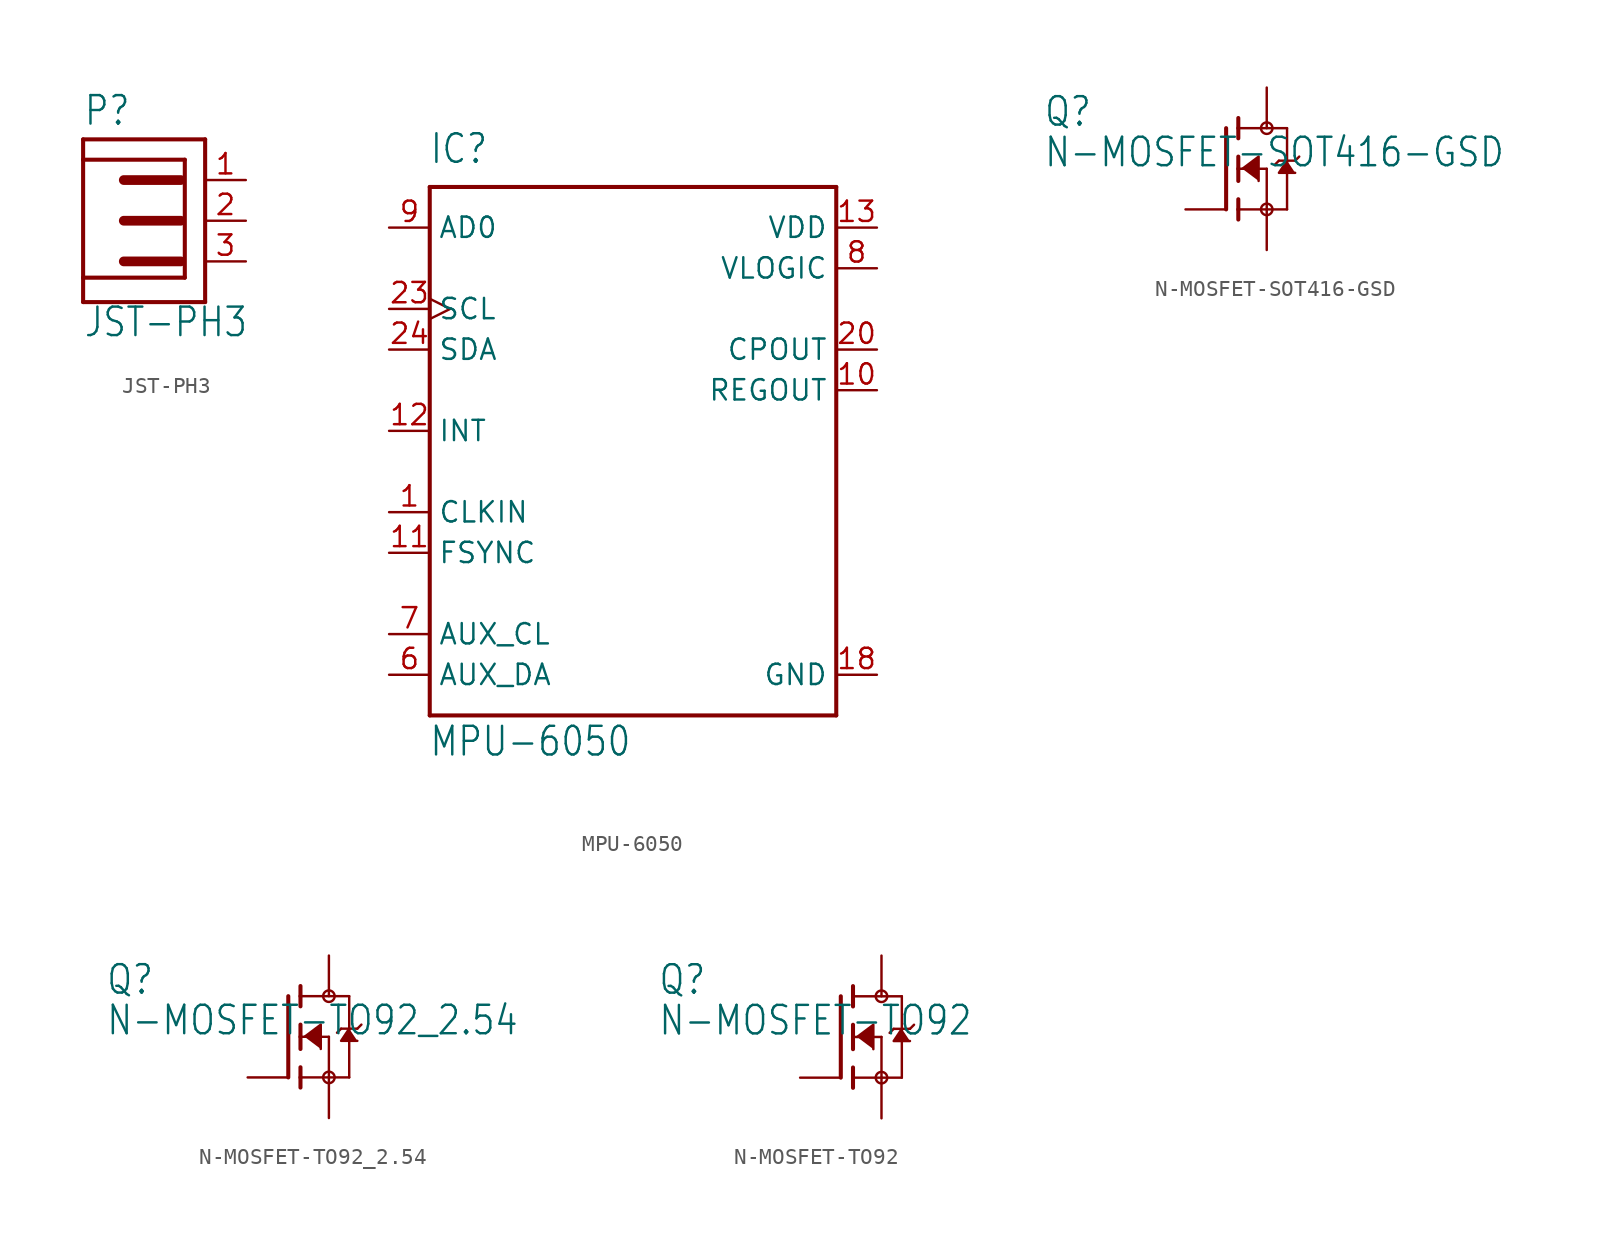
<source format=kicad_sym>
(kicad_symbol_lib
  (version 20211014)
  (generator kicad_symbol_editor)
  (symbol "JST-PH3"
    (property "Reference" "P"
      (at -2.54 5.842 0)
      (effects (font (size 1.778 1.511)) (justify left bottom)))
    (property "Value" "JST-PH3"
      (at -2.54 -7.366 0)
      (effects (font (size 1.778 1.511)) (justify left bottom)))
    (property "ki_locked" ""
      (at 0 0 0)
      (effects (font (size 1.27 1.27))))
    (symbol "JST-PH3_1_0"
      (polyline (pts (xy -2.54 -5.08) (xy 5.08 -5.08)) (stroke (width 0.254) (type default) (color 0 0 0 0)) (fill (type none)))
      (polyline (pts (xy -2.54 -3.556) (xy -2.54 -5.08)) (stroke (width 0.254) (type default) (color 0 0 0 0)) (fill (type none)))
      (polyline (pts (xy -2.54 3.81) (xy -2.54 -3.556)) (stroke (width 0.254) (type default) (color 0 0 0 0)) (fill (type none)))
      (polyline (pts (xy -2.54 3.81) (xy 3.81 3.81)) (stroke (width 0.254) (type default) (color 0 0 0 0)) (fill (type none)))
      (polyline (pts (xy -2.54 5.08) (xy -2.54 3.81)) (stroke (width 0.254) (type default) (color 0 0 0 0)) (fill (type none)))
      (polyline (pts (xy 0 -2.54) (xy 3.556 -2.54)) (stroke (width 0.61) (type default) (color 0 0 0 0)) (fill (type none)))
      (polyline (pts (xy 0 0) (xy 3.556 0)) (stroke (width 0.61) (type default) (color 0 0 0 0)) (fill (type none)))
      (polyline (pts (xy 0 2.54) (xy 3.556 2.54)) (stroke (width 0.61) (type default) (color 0 0 0 0)) (fill (type none)))
      (polyline (pts (xy 3.81 -3.556) (xy -2.54 -3.556)) (stroke (width 0.254) (type default) (color 0 0 0 0)) (fill (type none)))
      (polyline (pts (xy 3.81 3.81) (xy 3.81 -3.556)) (stroke (width 0.254) (type default) (color 0 0 0 0)) (fill (type none)))
      (polyline (pts (xy 5.08 -5.08) (xy 5.08 5.08)) (stroke (width 0.254) (type default) (color 0 0 0 0)) (fill (type none)))
      (polyline (pts (xy 5.08 5.08) (xy -2.54 5.08)) (stroke (width 0.254) (type default) (color 0 0 0 0)) (fill (type none)))
      (pin passive line (at 7.62 2.54 180) (length 2.54) (name "1" (effects (font (size 0 0)))) (number "1" (effects (font (size 1.27 1.27)))))
      (pin passive line (at 7.62 0 180) (length 2.54) (name "2" (effects (font (size 0 0)))) (number "2" (effects (font (size 1.27 1.27)))))
      (pin passive line (at 7.62 -2.54 180) (length 2.54) (name "3" (effects (font (size 0 0)))) (number "3" (effects (font (size 1.27 1.27)))))))
  (symbol "MPU-6050"
    (property "Reference" "IC"
      (at -12.746 19.126 0)
      (effects (font (size 1.784 1.517)) (justify left bottom)))
    (property "Value" "MPU-6050"
      (at -12.768 -17.905 0)
      (effects (font (size 1.788 1.519)) (justify left bottom)))
    (property "ki_locked" ""
      (at 0 0 0)
      (effects (font (size 1.27 1.27))))
    (symbol "MPU-6050_1_0"
      (polyline (pts (xy -12.7 -15.24) (xy 12.7 -15.24)) (stroke (width 0.254) (type default) (color 0 0 0 0)) (fill (type none)))
      (polyline (pts (xy -12.7 17.78) (xy -12.7 -15.24)) (stroke (width 0.254) (type default) (color 0 0 0 0)) (fill (type none)))
      (polyline (pts (xy 12.7 -15.24) (xy 12.7 17.78)) (stroke (width 0.254) (type default) (color 0 0 0 0)) (fill (type none)))
      (polyline (pts (xy 12.7 17.78) (xy -12.7 17.78)) (stroke (width 0.254) (type default) (color 0 0 0 0)) (fill (type none)))
      (pin input line (at -15.24 -2.54 0) (length 2.54) (name "CLKIN" (effects (font (size 1.27 1.27)))) (number "1" (effects (font (size 1.27 1.27)))))
      (pin passive line (at 15.24 5.08 180) (length 2.54) (name "REGOUT" (effects (font (size 1.27 1.27)))) (number "10" (effects (font (size 1.27 1.27)))))
      (pin input line (at -15.24 -5.08 0) (length 2.54) (name "FSYNC" (effects (font (size 1.27 1.27)))) (number "11" (effects (font (size 1.27 1.27)))))
      (pin output line (at -15.24 2.54 0) (length 2.54) (name "INT" (effects (font (size 1.27 1.27)))) (number "12" (effects (font (size 1.27 1.27)))))
      (pin power_in line (at 15.24 15.24 180) (length 2.54) (name "VDD" (effects (font (size 1.27 1.27)))) (number "13" (effects (font (size 1.27 1.27)))))
      (pin power_in line (at 15.24 -12.7 180) (length 2.54) (name "GND" (effects (font (size 1.27 1.27)))) (number "18" (effects (font (size 1.27 1.27)))))
      (pin passive line (at 15.24 7.62 180) (length 2.54) (name "CPOUT" (effects (font (size 1.27 1.27)))) (number "20" (effects (font (size 1.27 1.27)))))
      (pin input clock (at -15.24 10.16 0) (length 2.54) (name "SCL" (effects (font (size 1.27 1.27)))) (number "23" (effects (font (size 1.27 1.27)))))
      (pin bidirectional line (at -15.24 7.62 0) (length 2.54) (name "SDA" (effects (font (size 1.27 1.27)))) (number "24" (effects (font (size 1.27 1.27)))))
      (pin bidirectional line (at -15.24 -12.7 0) (length 2.54) (name "AUX_DA" (effects (font (size 1.27 1.27)))) (number "6" (effects (font (size 1.27 1.27)))))
      (pin output line (at -15.24 -10.16 0) (length 2.54) (name "AUX_CL" (effects (font (size 1.27 1.27)))) (number "7" (effects (font (size 1.27 1.27)))))
      (pin power_in line (at 15.24 12.7 180) (length 2.54) (name "VLOGIC" (effects (font (size 1.27 1.27)))) (number "8" (effects (font (size 1.27 1.27)))))
      (pin input line (at -15.24 15.24 0) (length 2.54) (name "AD0" (effects (font (size 1.27 1.27)))) (number "9" (effects (font (size 1.27 1.27)))))))
  (symbol "N-MOSFET-SOT416-GSD"
    (property "Reference" "Q"
      (at -11.43 2.54 0)
      (effects (font (size 1.778 1.511)) (justify left bottom)))
    (property "Value" "N-MOSFET-SOT416-GSD"
      (at -11.43 0 0)
      (effects (font (size 1.778 1.511)) (justify left bottom)))
    (property "ki_locked" ""
      (at 0 0 0)
      (effects (font (size 1.27 1.27))))
    (symbol "N-MOSFET-SOT416-GSD_1_0"
      (polyline (pts (xy 0 2.54) (xy 0 -2.54)) (stroke (width 0.254) (type default) (color 0 0 0 0)) (fill (type none)))
      (polyline (pts (xy 0.762 -2.54) (xy 0.762 -3.175)) (stroke (width 0.254) (type default) (color 0 0 0 0)) (fill (type none)))
      (polyline (pts (xy 0.762 -1.905) (xy 0.762 -2.54)) (stroke (width 0.254) (type default) (color 0 0 0 0)) (fill (type none)))
      (polyline (pts (xy 0.762 0) (xy 0.762 -0.762)) (stroke (width 0.254) (type default) (color 0 0 0 0)) (fill (type none)))
      (polyline (pts (xy 0.762 0) (xy 2.54 0)) (stroke (width 0.152) (type default) (color 0 0 0 0)) (fill (type none)))
      (polyline (pts (xy 0.762 0.762) (xy 0.762 0)) (stroke (width 0.254) (type default) (color 0 0 0 0)) (fill (type none)))
      (polyline (pts (xy 0.762 2.54) (xy 0.762 1.905)) (stroke (width 0.254) (type default) (color 0 0 0 0)) (fill (type none)))
      (polyline (pts (xy 0.762 2.54) (xy 3.81 2.54)) (stroke (width 0.152) (type default) (color 0 0 0 0)) (fill (type none)))
      (polyline (pts (xy 0.762 3.175) (xy 0.762 2.54)) (stroke (width 0.254) (type default) (color 0 0 0 0)) (fill (type none)))
      (polyline (pts (xy 2.54 -2.54) (xy 0.762 -2.54)) (stroke (width 0.152) (type default) (color 0 0 0 0)) (fill (type none)))
      (polyline (pts (xy 2.54 -2.54) (xy 3.81 -2.54)) (stroke (width 0.152) (type default) (color 0 0 0 0)) (fill (type none)))
      (polyline (pts (xy 2.54 0) (xy 2.54 -2.54)) (stroke (width 0.152) (type default) (color 0 0 0 0)) (fill (type none)))
      (polyline (pts (xy 3.302 0.508) (xy 3.048 0.254)) (stroke (width 0.152) (type default) (color 0 0 0 0)) (fill (type none)))
      (polyline (pts (xy 3.81 0.508) (xy 3.302 0.508)) (stroke (width 0.152) (type default) (color 0 0 0 0)) (fill (type none)))
      (polyline (pts (xy 3.81 0.508) (xy 3.81 -2.54)) (stroke (width 0.152) (type default) (color 0 0 0 0)) (fill (type none)))
      (polyline (pts (xy 3.81 2.54) (xy 3.81 0.508)) (stroke (width 0.152) (type default) (color 0 0 0 0)) (fill (type none)))
      (polyline (pts (xy 4.318 0.508) (xy 3.81 0.508)) (stroke (width 0.152) (type default) (color 0 0 0 0)) (fill (type none)))
      (polyline (pts (xy 4.572 0.762) (xy 4.318 0.508)) (stroke (width 0.152) (type default) (color 0 0 0 0)) (fill (type none)))
      (polyline (pts (xy 1.016 0) (xy 2.032 0.762) (xy 2.032 -0.762)) (stroke (width 0) (type default) (color 0 0 0 0)) (fill (type outline)))
      (polyline (pts (xy 3.81 0.508) (xy 3.302 -0.254) (xy 4.318 -0.254)) (stroke (width 0) (type default) (color 0 0 0 0)) (fill (type outline)))
      (circle (center 2.54 -2.54) (radius 0.359) (stroke (width 0) (type default) (color 0 0 0 0)) (fill (type none)))
      (circle (center 2.54 2.54) (radius 0.359) (stroke (width 0) (type default) (color 0 0 0 0)) (fill (type none)))
      (pin passive line (at -2.54 -2.54 0) (length 2.54) (name "G" (effects (font (size 0 0)))) (number "1" (effects (font (size 0 0)))))
      (pin passive line (at 2.54 -5.08 90) (length 2.54) (name "S" (effects (font (size 0 0)))) (number "2" (effects (font (size 0 0)))))
      (pin passive line (at 2.54 5.08 270) (length 2.54) (name "D" (effects (font (size 0 0)))) (number "3" (effects (font (size 0 0)))))))
  (symbol "N-MOSFET-TO92_2.54"
    (property "Reference" "Q"
      (at -11.43 2.54 0)
      (effects (font (size 1.778 1.511)) (justify left bottom)))
    (property "Value" "N-MOSFET-TO92_2.54"
      (at -11.43 0 0)
      (effects (font (size 1.778 1.511)) (justify left bottom)))
    (property "ki_locked" ""
      (at 0 0 0)
      (effects (font (size 1.27 1.27))))
    (symbol "N-MOSFET-TO92_2.54_1_0"
      (polyline (pts (xy 0 2.54) (xy 0 -2.54)) (stroke (width 0.254) (type default) (color 0 0 0 0)) (fill (type none)))
      (polyline (pts (xy 0.762 -2.54) (xy 0.762 -3.175)) (stroke (width 0.254) (type default) (color 0 0 0 0)) (fill (type none)))
      (polyline (pts (xy 0.762 -1.905) (xy 0.762 -2.54)) (stroke (width 0.254) (type default) (color 0 0 0 0)) (fill (type none)))
      (polyline (pts (xy 0.762 0) (xy 0.762 -0.762)) (stroke (width 0.254) (type default) (color 0 0 0 0)) (fill (type none)))
      (polyline (pts (xy 0.762 0) (xy 2.54 0)) (stroke (width 0.152) (type default) (color 0 0 0 0)) (fill (type none)))
      (polyline (pts (xy 0.762 0.762) (xy 0.762 0)) (stroke (width 0.254) (type default) (color 0 0 0 0)) (fill (type none)))
      (polyline (pts (xy 0.762 2.54) (xy 0.762 1.905)) (stroke (width 0.254) (type default) (color 0 0 0 0)) (fill (type none)))
      (polyline (pts (xy 0.762 2.54) (xy 3.81 2.54)) (stroke (width 0.152) (type default) (color 0 0 0 0)) (fill (type none)))
      (polyline (pts (xy 0.762 3.175) (xy 0.762 2.54)) (stroke (width 0.254) (type default) (color 0 0 0 0)) (fill (type none)))
      (polyline (pts (xy 2.54 -2.54) (xy 0.762 -2.54)) (stroke (width 0.152) (type default) (color 0 0 0 0)) (fill (type none)))
      (polyline (pts (xy 2.54 -2.54) (xy 3.81 -2.54)) (stroke (width 0.152) (type default) (color 0 0 0 0)) (fill (type none)))
      (polyline (pts (xy 2.54 0) (xy 2.54 -2.54)) (stroke (width 0.152) (type default) (color 0 0 0 0)) (fill (type none)))
      (polyline (pts (xy 3.302 0.508) (xy 3.048 0.254)) (stroke (width 0.152) (type default) (color 0 0 0 0)) (fill (type none)))
      (polyline (pts (xy 3.81 0.508) (xy 3.302 0.508)) (stroke (width 0.152) (type default) (color 0 0 0 0)) (fill (type none)))
      (polyline (pts (xy 3.81 0.508) (xy 3.81 -2.54)) (stroke (width 0.152) (type default) (color 0 0 0 0)) (fill (type none)))
      (polyline (pts (xy 3.81 2.54) (xy 3.81 0.508)) (stroke (width 0.152) (type default) (color 0 0 0 0)) (fill (type none)))
      (polyline (pts (xy 4.318 0.508) (xy 3.81 0.508)) (stroke (width 0.152) (type default) (color 0 0 0 0)) (fill (type none)))
      (polyline (pts (xy 4.572 0.762) (xy 4.318 0.508)) (stroke (width 0.152) (type default) (color 0 0 0 0)) (fill (type none)))
      (polyline (pts (xy 1.016 0) (xy 2.032 0.762) (xy 2.032 -0.762)) (stroke (width 0) (type default) (color 0 0 0 0)) (fill (type outline)))
      (polyline (pts (xy 3.81 0.508) (xy 3.302 -0.254) (xy 4.318 -0.254)) (stroke (width 0) (type default) (color 0 0 0 0)) (fill (type outline)))
      (circle (center 2.54 -2.54) (radius 0.359) (stroke (width 0) (type default) (color 0 0 0 0)) (fill (type none)))
      (circle (center 2.54 2.54) (radius 0.359) (stroke (width 0) (type default) (color 0 0 0 0)) (fill (type none)))
      (pin passive line (at 2.54 5.08 270) (length 2.54) (name "D" (effects (font (size 0 0)))) (number "1" (effects (font (size 0 0)))))
      (pin passive line (at -2.54 -2.54 0) (length 2.54) (name "G" (effects (font (size 0 0)))) (number "2" (effects (font (size 0 0)))))
      (pin passive line (at 2.54 -5.08 90) (length 2.54) (name "S" (effects (font (size 0 0)))) (number "3" (effects (font (size 0 0)))))))
  (symbol "N-MOSFET-TO92"
    (property "Reference" "Q"
      (at -11.43 2.54 0)
      (effects (font (size 1.778 1.511)) (justify left bottom)))
    (property "Value" "N-MOSFET-TO92"
      (at -11.43 0 0)
      (effects (font (size 1.778 1.511)) (justify left bottom)))
    (property "ki_locked" ""
      (at 0 0 0)
      (effects (font (size 1.27 1.27))))
    (symbol "N-MOSFET-TO92_1_0"
      (polyline (pts (xy 0 2.54) (xy 0 -2.54)) (stroke (width 0.254) (type default) (color 0 0 0 0)) (fill (type none)))
      (polyline (pts (xy 0.762 -2.54) (xy 0.762 -3.175)) (stroke (width 0.254) (type default) (color 0 0 0 0)) (fill (type none)))
      (polyline (pts (xy 0.762 -1.905) (xy 0.762 -2.54)) (stroke (width 0.254) (type default) (color 0 0 0 0)) (fill (type none)))
      (polyline (pts (xy 0.762 0) (xy 0.762 -0.762)) (stroke (width 0.254) (type default) (color 0 0 0 0)) (fill (type none)))
      (polyline (pts (xy 0.762 0) (xy 2.54 0)) (stroke (width 0.152) (type default) (color 0 0 0 0)) (fill (type none)))
      (polyline (pts (xy 0.762 0.762) (xy 0.762 0)) (stroke (width 0.254) (type default) (color 0 0 0 0)) (fill (type none)))
      (polyline (pts (xy 0.762 2.54) (xy 0.762 1.905)) (stroke (width 0.254) (type default) (color 0 0 0 0)) (fill (type none)))
      (polyline (pts (xy 0.762 2.54) (xy 3.81 2.54)) (stroke (width 0.152) (type default) (color 0 0 0 0)) (fill (type none)))
      (polyline (pts (xy 0.762 3.175) (xy 0.762 2.54)) (stroke (width 0.254) (type default) (color 0 0 0 0)) (fill (type none)))
      (polyline (pts (xy 2.54 -2.54) (xy 0.762 -2.54)) (stroke (width 0.152) (type default) (color 0 0 0 0)) (fill (type none)))
      (polyline (pts (xy 2.54 -2.54) (xy 3.81 -2.54)) (stroke (width 0.152) (type default) (color 0 0 0 0)) (fill (type none)))
      (polyline (pts (xy 2.54 0) (xy 2.54 -2.54)) (stroke (width 0.152) (type default) (color 0 0 0 0)) (fill (type none)))
      (polyline (pts (xy 3.302 0.508) (xy 3.048 0.254)) (stroke (width 0.152) (type default) (color 0 0 0 0)) (fill (type none)))
      (polyline (pts (xy 3.81 0.508) (xy 3.302 0.508)) (stroke (width 0.152) (type default) (color 0 0 0 0)) (fill (type none)))
      (polyline (pts (xy 3.81 0.508) (xy 3.81 -2.54)) (stroke (width 0.152) (type default) (color 0 0 0 0)) (fill (type none)))
      (polyline (pts (xy 3.81 2.54) (xy 3.81 0.508)) (stroke (width 0.152) (type default) (color 0 0 0 0)) (fill (type none)))
      (polyline (pts (xy 4.318 0.508) (xy 3.81 0.508)) (stroke (width 0.152) (type default) (color 0 0 0 0)) (fill (type none)))
      (polyline (pts (xy 4.572 0.762) (xy 4.318 0.508)) (stroke (width 0.152) (type default) (color 0 0 0 0)) (fill (type none)))
      (polyline (pts (xy 1.016 0) (xy 2.032 0.762) (xy 2.032 -0.762)) (stroke (width 0) (type default) (color 0 0 0 0)) (fill (type outline)))
      (polyline (pts (xy 3.81 0.508) (xy 3.302 -0.254) (xy 4.318 -0.254)) (stroke (width 0) (type default) (color 0 0 0 0)) (fill (type outline)))
      (circle (center 2.54 -2.54) (radius 0.359) (stroke (width 0) (type default) (color 0 0 0 0)) (fill (type none)))
      (circle (center 2.54 2.54) (radius 0.359) (stroke (width 0) (type default) (color 0 0 0 0)) (fill (type none)))
      (pin passive line (at 2.54 5.08 270) (length 2.54) (name "D" (effects (font (size 0 0)))) (number "1" (effects (font (size 0 0)))))
      (pin passive line (at -2.54 -2.54 0) (length 2.54) (name "G" (effects (font (size 0 0)))) (number "2" (effects (font (size 0 0)))))
      (pin passive line (at 2.54 -5.08 90) (length 2.54) (name "S" (effects (font (size 0 0)))) (number "3" (effects (font (size 0 0))))))))
</source>
